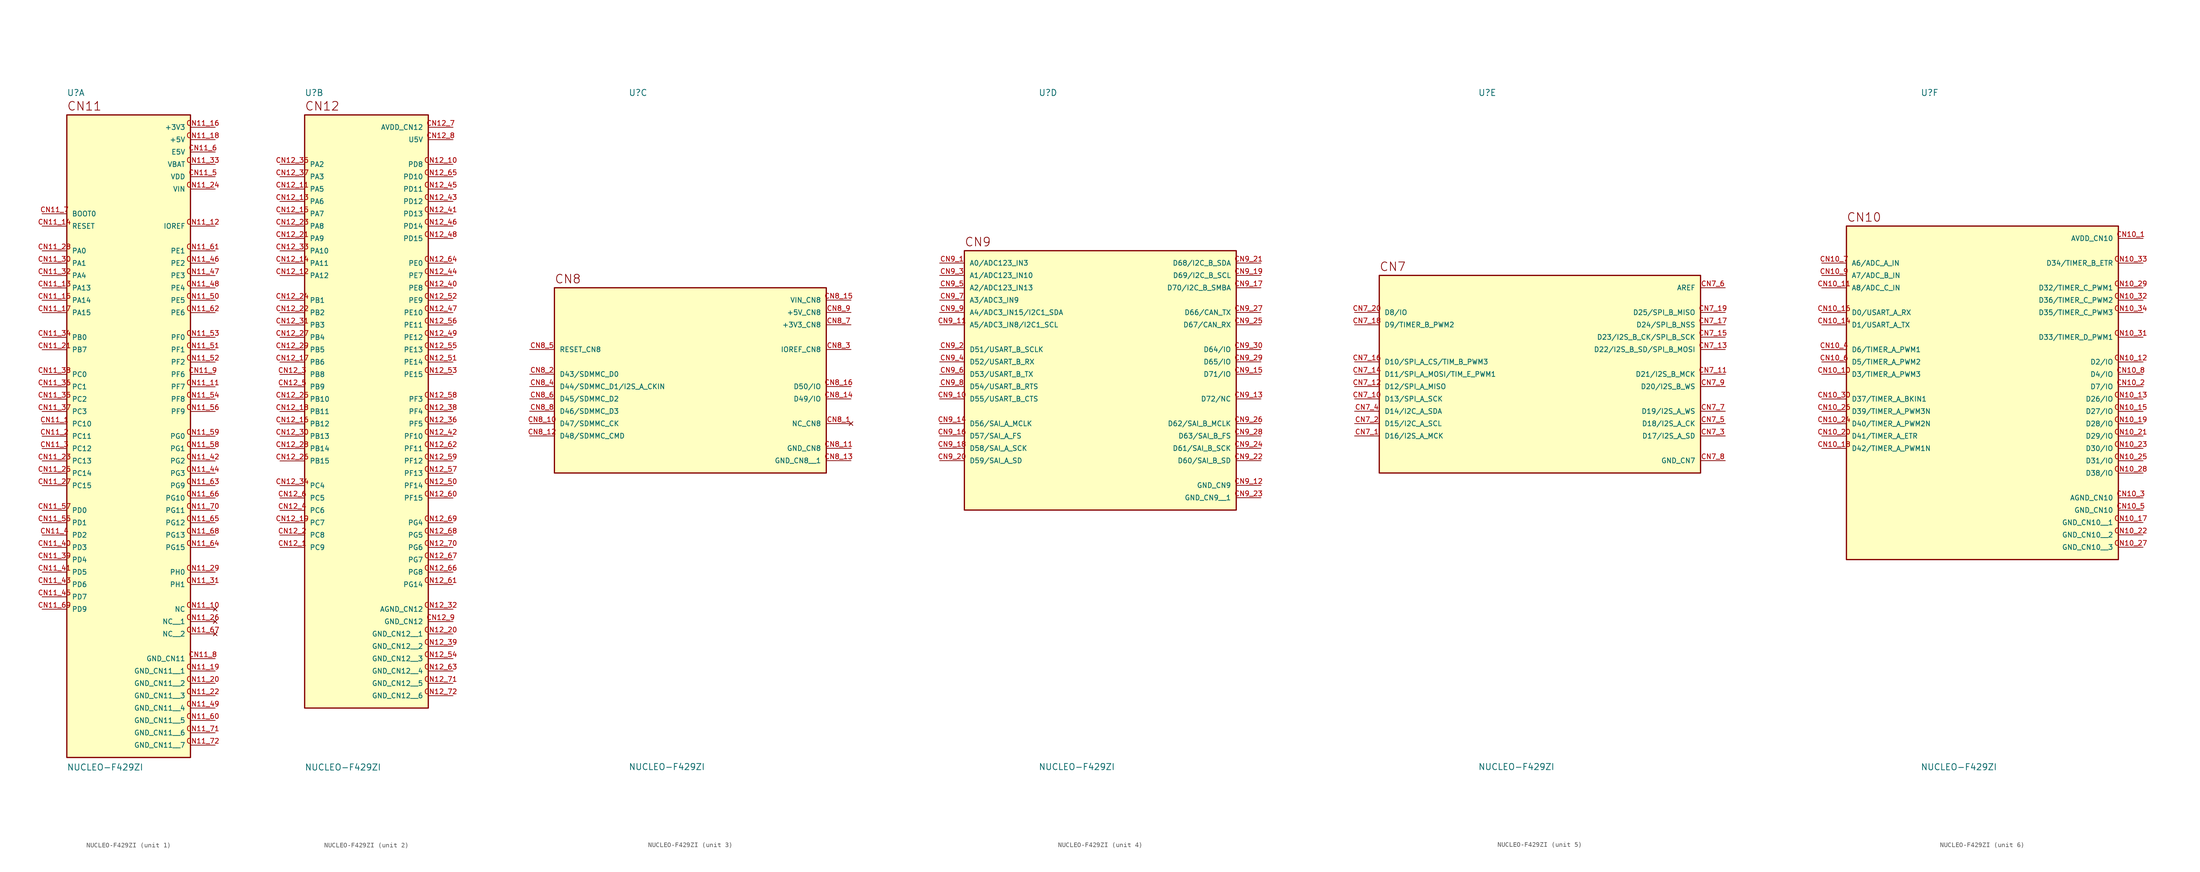
<source format=kicad_sym>
(kicad_symbol_lib
  (version 20211014)
  (generator kicad_symbol_editor)
  (symbol "NUCLEO-F429ZI"
    (pin_names
      (offset 1.016))
    (property "Reference" "U"
      (at -12.7 57.15 0)
      (effects (font (size 1.27 1.27)) (justify bottom left)))
    (property "Value" "NUCLEO-F429ZI"
      (at -12.7 -80.01 0.0)
      (effects (font (size 1.27 1.27)) (justify top left)))
    (symbol "NUCLEO-F429ZI_1_0"
      (text "CN11" (at -12.7 54.102 0) (effects (font (size 1.778 1.778)) (justify bottom left)))
      (rectangle (start -12.7 -78.74) (end 12.7 53.34) (stroke (width 0.254)) (fill (type background)))
      (pin bidirectional line (at -17.78 -10.16 0) (length 5.08) (name "PC10" (effects (font (size 1.016 1.016)))) (number "CN11_1" (effects (font (size 1.016 1.016)))))
      (pin bidirectional line (at -17.78 -12.7 0) (length 5.08) (name "PC11" (effects (font (size 1.016 1.016)))) (number "CN11_2" (effects (font (size 1.016 1.016)))))
      (pin bidirectional line (at -17.78 -15.24 0) (length 5.08) (name "PC12" (effects (font (size 1.016 1.016)))) (number "CN11_3" (effects (font (size 1.016 1.016)))))
      (pin bidirectional line (at -17.78 -33.02 0) (length 5.08) (name "PD2" (effects (font (size 1.016 1.016)))) (number "CN11_4" (effects (font (size 1.016 1.016)))))
      (pin power_in line (at 17.78 40.64 180.0) (length 5.08) (name "VDD" (effects (font (size 1.016 1.016)))) (number "CN11_5" (effects (font (size 1.016 1.016)))))
      (pin power_in line (at 17.78 45.72 180.0) (length 5.08) (name "E5V" (effects (font (size 1.016 1.016)))) (number "CN11_6" (effects (font (size 1.016 1.016)))))
      (pin bidirectional line (at -17.78 33.02 0) (length 5.08) (name "BOOT0" (effects (font (size 1.016 1.016)))) (number "CN11_7" (effects (font (size 1.016 1.016)))))
      (pin power_in line (at 17.78 -58.42 180.0) (length 5.08) (name "GND_CN11" (effects (font (size 1.016 1.016)))) (number "CN11_8" (effects (font (size 1.016 1.016)))))
      (pin bidirectional line (at 17.78 0.0 180.0) (length 5.08) (name "PF6" (effects (font (size 1.016 1.016)))) (number "CN11_9" (effects (font (size 1.016 1.016)))))
      (pin bidirectional line (at 17.78 -2.54 180.0) (length 5.08) (name "PF7" (effects (font (size 1.016 1.016)))) (number "CN11_11" (effects (font (size 1.016 1.016)))))
      (pin bidirectional line (at 17.78 30.48 180.0) (length 5.08) (name "IOREF" (effects (font (size 1.016 1.016)))) (number "CN11_12" (effects (font (size 1.016 1.016)))))
      (pin bidirectional line (at -17.78 17.78 0) (length 5.08) (name "PA13" (effects (font (size 1.016 1.016)))) (number "CN11_13" (effects (font (size 1.016 1.016)))))
      (pin bidirectional line (at -17.78 30.48 0) (length 5.08) (name "RESET" (effects (font (size 1.016 1.016)))) (number "CN11_14" (effects (font (size 1.016 1.016)))))
      (pin bidirectional line (at -17.78 15.24 0) (length 5.08) (name "PA14" (effects (font (size 1.016 1.016)))) (number "CN11_15" (effects (font (size 1.016 1.016)))))
      (pin power_in line (at 17.78 50.8 180.0) (length 5.08) (name "+3V3" (effects (font (size 1.016 1.016)))) (number "CN11_16" (effects (font (size 1.016 1.016)))))
      (pin bidirectional line (at -17.78 12.7 0) (length 5.08) (name "PA15" (effects (font (size 1.016 1.016)))) (number "CN11_17" (effects (font (size 1.016 1.016)))))
      (pin power_in line (at 17.78 48.26 180.0) (length 5.08) (name "+5V" (effects (font (size 1.016 1.016)))) (number "CN11_18" (effects (font (size 1.016 1.016)))))
      (pin bidirectional line (at -17.78 5.08 0) (length 5.08) (name "PB7" (effects (font (size 1.016 1.016)))) (number "CN11_21" (effects (font (size 1.016 1.016)))))
      (pin bidirectional line (at -17.78 -17.78 0) (length 5.08) (name "PC13" (effects (font (size 1.016 1.016)))) (number "CN11_23" (effects (font (size 1.016 1.016)))))
      (pin power_in line (at 17.78 38.1 180.0) (length 5.08) (name "VIN" (effects (font (size 1.016 1.016)))) (number "CN11_24" (effects (font (size 1.016 1.016)))))
      (pin bidirectional line (at -17.78 -20.32 0) (length 5.08) (name "PC14" (effects (font (size 1.016 1.016)))) (number "CN11_25" (effects (font (size 1.016 1.016)))))
      (pin bidirectional line (at -17.78 -22.86 0) (length 5.08) (name "PC15" (effects (font (size 1.016 1.016)))) (number "CN11_27" (effects (font (size 1.016 1.016)))))
      (pin bidirectional line (at -17.78 25.4 0) (length 5.08) (name "PA0" (effects (font (size 1.016 1.016)))) (number "CN11_28" (effects (font (size 1.016 1.016)))))
      (pin bidirectional line (at 17.78 -40.64 180.0) (length 5.08) (name "PH0" (effects (font (size 1.016 1.016)))) (number "CN11_29" (effects (font (size 1.016 1.016)))))
      (pin bidirectional line (at -17.78 22.86 0) (length 5.08) (name "PA1" (effects (font (size 1.016 1.016)))) (number "CN11_30" (effects (font (size 1.016 1.016)))))
      (pin bidirectional line (at 17.78 -43.18 180.0) (length 5.08) (name "PH1" (effects (font (size 1.016 1.016)))) (number "CN11_31" (effects (font (size 1.016 1.016)))))
      (pin bidirectional line (at -17.78 20.32 0) (length 5.08) (name "PA4" (effects (font (size 1.016 1.016)))) (number "CN11_32" (effects (font (size 1.016 1.016)))))
      (pin power_in line (at 17.78 43.18 180.0) (length 5.08) (name "VBAT" (effects (font (size 1.016 1.016)))) (number "CN11_33" (effects (font (size 1.016 1.016)))))
      (pin bidirectional line (at -17.78 7.62 0) (length 5.08) (name "PB0" (effects (font (size 1.016 1.016)))) (number "CN11_34" (effects (font (size 1.016 1.016)))))
      (pin bidirectional line (at -17.78 -5.08 0) (length 5.08) (name "PC2" (effects (font (size 1.016 1.016)))) (number "CN11_35" (effects (font (size 1.016 1.016)))))
      (pin bidirectional line (at -17.78 -2.54 0) (length 5.08) (name "PC1" (effects (font (size 1.016 1.016)))) (number "CN11_36" (effects (font (size 1.016 1.016)))))
      (pin bidirectional line (at -17.78 -7.62 0) (length 5.08) (name "PC3" (effects (font (size 1.016 1.016)))) (number "CN11_37" (effects (font (size 1.016 1.016)))))
      (pin bidirectional line (at -17.78 0.0 0) (length 5.08) (name "PC0" (effects (font (size 1.016 1.016)))) (number "CN11_38" (effects (font (size 1.016 1.016)))))
      (pin bidirectional line (at -17.78 -38.1 0) (length 5.08) (name "PD4" (effects (font (size 1.016 1.016)))) (number "CN11_39" (effects (font (size 1.016 1.016)))))
      (pin bidirectional line (at -17.78 -35.56 0) (length 5.08) (name "PD3" (effects (font (size 1.016 1.016)))) (number "CN11_40" (effects (font (size 1.016 1.016)))))
      (pin bidirectional line (at -17.78 -40.64 0) (length 5.08) (name "PD5" (effects (font (size 1.016 1.016)))) (number "CN11_41" (effects (font (size 1.016 1.016)))))
      (pin bidirectional line (at 17.78 -17.78 180.0) (length 5.08) (name "PG2" (effects (font (size 1.016 1.016)))) (number "CN11_42" (effects (font (size 1.016 1.016)))))
      (pin bidirectional line (at -17.78 -43.18 0) (length 5.08) (name "PD6" (effects (font (size 1.016 1.016)))) (number "CN11_43" (effects (font (size 1.016 1.016)))))
      (pin bidirectional line (at 17.78 -20.32 180.0) (length 5.08) (name "PG3" (effects (font (size 1.016 1.016)))) (number "CN11_44" (effects (font (size 1.016 1.016)))))
      (pin bidirectional line (at -17.78 -45.72 0) (length 5.08) (name "PD7" (effects (font (size 1.016 1.016)))) (number "CN11_45" (effects (font (size 1.016 1.016)))))
      (pin bidirectional line (at 17.78 22.86 180.0) (length 5.08) (name "PE2" (effects (font (size 1.016 1.016)))) (number "CN11_46" (effects (font (size 1.016 1.016)))))
      (pin bidirectional line (at 17.78 20.32 180.0) (length 5.08) (name "PE3" (effects (font (size 1.016 1.016)))) (number "CN11_47" (effects (font (size 1.016 1.016)))))
      (pin bidirectional line (at 17.78 17.78 180.0) (length 5.08) (name "PE4" (effects (font (size 1.016 1.016)))) (number "CN11_48" (effects (font (size 1.016 1.016)))))
      (pin bidirectional line (at 17.78 15.24 180.0) (length 5.08) (name "PE5" (effects (font (size 1.016 1.016)))) (number "CN11_50" (effects (font (size 1.016 1.016)))))
      (pin bidirectional line (at 17.78 5.08 180.0) (length 5.08) (name "PF1" (effects (font (size 1.016 1.016)))) (number "CN11_51" (effects (font (size 1.016 1.016)))))
      (pin bidirectional line (at 17.78 2.54 180.0) (length 5.08) (name "PF2" (effects (font (size 1.016 1.016)))) (number "CN11_52" (effects (font (size 1.016 1.016)))))
      (pin bidirectional line (at 17.78 7.62 180.0) (length 5.08) (name "PF0" (effects (font (size 1.016 1.016)))) (number "CN11_53" (effects (font (size 1.016 1.016)))))
      (pin bidirectional line (at 17.78 -5.08 180.0) (length 5.08) (name "PF8" (effects (font (size 1.016 1.016)))) (number "CN11_54" (effects (font (size 1.016 1.016)))))
      (pin bidirectional line (at -17.78 -30.48 0) (length 5.08) (name "PD1" (effects (font (size 1.016 1.016)))) (number "CN11_55" (effects (font (size 1.016 1.016)))))
      (pin bidirectional line (at 17.78 -7.62 180.0) (length 5.08) (name "PF9" (effects (font (size 1.016 1.016)))) (number "CN11_56" (effects (font (size 1.016 1.016)))))
      (pin bidirectional line (at -17.78 -27.94 0) (length 5.08) (name "PD0" (effects (font (size 1.016 1.016)))) (number "CN11_57" (effects (font (size 1.016 1.016)))))
      (pin bidirectional line (at 17.78 -15.24 180.0) (length 5.08) (name "PG1" (effects (font (size 1.016 1.016)))) (number "CN11_58" (effects (font (size 1.016 1.016)))))
      (pin bidirectional line (at 17.78 -12.7 180.0) (length 5.08) (name "PG0" (effects (font (size 1.016 1.016)))) (number "CN11_59" (effects (font (size 1.016 1.016)))))
      (pin bidirectional line (at 17.78 25.4 180.0) (length 5.08) (name "PE1" (effects (font (size 1.016 1.016)))) (number "CN11_61" (effects (font (size 1.016 1.016)))))
      (pin bidirectional line (at 17.78 12.7 180.0) (length 5.08) (name "PE6" (effects (font (size 1.016 1.016)))) (number "CN11_62" (effects (font (size 1.016 1.016)))))
      (pin bidirectional line (at 17.78 -22.86 180.0) (length 5.08) (name "PG9" (effects (font (size 1.016 1.016)))) (number "CN11_63" (effects (font (size 1.016 1.016)))))
      (pin bidirectional line (at 17.78 -35.56 180.0) (length 5.08) (name "PG15" (effects (font (size 1.016 1.016)))) (number "CN11_64" (effects (font (size 1.016 1.016)))))
      (pin bidirectional line (at 17.78 -30.48 180.0) (length 5.08) (name "PG12" (effects (font (size 1.016 1.016)))) (number "CN11_65" (effects (font (size 1.016 1.016)))))
      (pin bidirectional line (at 17.78 -25.4 180.0) (length 5.08) (name "PG10" (effects (font (size 1.016 1.016)))) (number "CN11_66" (effects (font (size 1.016 1.016)))))
      (pin bidirectional line (at 17.78 -33.02 180.0) (length 5.08) (name "PG13" (effects (font (size 1.016 1.016)))) (number "CN11_68" (effects (font (size 1.016 1.016)))))
      (pin bidirectional line (at -17.78 -48.26 0) (length 5.08) (name "PD9" (effects (font (size 1.016 1.016)))) (number "CN11_69" (effects (font (size 1.016 1.016)))))
      (pin bidirectional line (at 17.78 -27.94 180.0) (length 5.08) (name "PG11" (effects (font (size 1.016 1.016)))) (number "CN11_70" (effects (font (size 1.016 1.016)))))
      (pin no_connect line (at 17.78 -48.26 180.0) (length 5.08) (name "NC" (effects (font (size 1.016 1.016)))) (number "CN11_10" (effects (font (size 1.016 1.016)))))
      (pin no_connect line (at 17.78 -50.8 180.0) (length 5.08) (name "NC__1" (effects (font (size 1.016 1.016)))) (number "CN11_26" (effects (font (size 1.016 1.016)))))
      (pin no_connect line (at 17.78 -53.34 180.0) (length 5.08) (name "NC__2" (effects (font (size 1.016 1.016)))) (number "CN11_67" (effects (font (size 1.016 1.016)))))
      (pin power_in line (at 17.78 -60.96 180.0) (length 5.08) (name "GND_CN11__1" (effects (font (size 1.016 1.016)))) (number "CN11_19" (effects (font (size 1.016 1.016)))))
      (pin power_in line (at 17.78 -63.5 180.0) (length 5.08) (name "GND_CN11__2" (effects (font (size 1.016 1.016)))) (number "CN11_20" (effects (font (size 1.016 1.016)))))
      (pin power_in line (at 17.78 -66.04 180.0) (length 5.08) (name "GND_CN11__3" (effects (font (size 1.016 1.016)))) (number "CN11_22" (effects (font (size 1.016 1.016)))))
      (pin power_in line (at 17.78 -68.58 180.0) (length 5.08) (name "GND_CN11__4" (effects (font (size 1.016 1.016)))) (number "CN11_49" (effects (font (size 1.016 1.016)))))
      (pin power_in line (at 17.78 -71.12 180.0) (length 5.08) (name "GND_CN11__5" (effects (font (size 1.016 1.016)))) (number "CN11_60" (effects (font (size 1.016 1.016)))))
      (pin power_in line (at 17.78 -73.66 180.0) (length 5.08) (name "GND_CN11__6" (effects (font (size 1.016 1.016)))) (number "CN11_71" (effects (font (size 1.016 1.016)))))
      (pin power_in line (at 17.78 -76.2 180.0) (length 5.08) (name "GND_CN11__7" (effects (font (size 1.016 1.016)))) (number "CN11_72" (effects (font (size 1.016 1.016))))))
    (symbol "NUCLEO-F429ZI_2_0"
      (text "CN12" (at -12.7 54.102 0) (effects (font (size 1.778 1.778)) (justify bottom left)))
      (rectangle (start -12.7 -68.58) (end 12.7 53.34) (stroke (width 0.254)) (fill (type background)))
      (pin bidirectional line (at -17.78 -35.56 0) (length 5.08) (name "PC9" (effects (font (size 1.016 1.016)))) (number "CN12_1" (effects (font (size 1.016 1.016)))))
      (pin bidirectional line (at -17.78 -33.02 0) (length 5.08) (name "PC8" (effects (font (size 1.016 1.016)))) (number "CN12_2" (effects (font (size 1.016 1.016)))))
      (pin bidirectional line (at -17.78 0.0 0) (length 5.08) (name "PB8" (effects (font (size 1.016 1.016)))) (number "CN12_3" (effects (font (size 1.016 1.016)))))
      (pin bidirectional line (at -17.78 -27.94 0) (length 5.08) (name "PC6" (effects (font (size 1.016 1.016)))) (number "CN12_4" (effects (font (size 1.016 1.016)))))
      (pin bidirectional line (at -17.78 -2.54 0) (length 5.08) (name "PB9" (effects (font (size 1.016 1.016)))) (number "CN12_5" (effects (font (size 1.016 1.016)))))
      (pin bidirectional line (at -17.78 -25.4 0) (length 5.08) (name "PC5" (effects (font (size 1.016 1.016)))) (number "CN12_6" (effects (font (size 1.016 1.016)))))
      (pin power_in line (at 17.78 50.8 180.0) (length 5.08) (name "AVDD_CN12" (effects (font (size 1.016 1.016)))) (number "CN12_7" (effects (font (size 1.016 1.016)))))
      (pin power_in line (at 17.78 48.26 180.0) (length 5.08) (name "U5V" (effects (font (size 1.016 1.016)))) (number "CN12_8" (effects (font (size 1.016 1.016)))))
      (pin power_in line (at 17.78 -50.8 180.0) (length 5.08) (name "GND_CN12" (effects (font (size 1.016 1.016)))) (number "CN12_9" (effects (font (size 1.016 1.016)))))
      (pin bidirectional line (at 17.78 43.18 180.0) (length 5.08) (name "PD8" (effects (font (size 1.016 1.016)))) (number "CN12_10" (effects (font (size 1.016 1.016)))))
      (pin bidirectional line (at -17.78 38.1 0) (length 5.08) (name "PA5" (effects (font (size 1.016 1.016)))) (number "CN12_11" (effects (font (size 1.016 1.016)))))
      (pin bidirectional line (at -17.78 20.32 0) (length 5.08) (name "PA12" (effects (font (size 1.016 1.016)))) (number "CN12_12" (effects (font (size 1.016 1.016)))))
      (pin bidirectional line (at -17.78 35.56 0) (length 5.08) (name "PA6" (effects (font (size 1.016 1.016)))) (number "CN12_13" (effects (font (size 1.016 1.016)))))
      (pin bidirectional line (at -17.78 22.86 0) (length 5.08) (name "PA11" (effects (font (size 1.016 1.016)))) (number "CN12_14" (effects (font (size 1.016 1.016)))))
      (pin bidirectional line (at -17.78 33.02 0) (length 5.08) (name "PA7" (effects (font (size 1.016 1.016)))) (number "CN12_15" (effects (font (size 1.016 1.016)))))
      (pin bidirectional line (at -17.78 -10.16 0) (length 5.08) (name "PB12" (effects (font (size 1.016 1.016)))) (number "CN12_16" (effects (font (size 1.016 1.016)))))
      (pin bidirectional line (at -17.78 2.54 0) (length 5.08) (name "PB6" (effects (font (size 1.016 1.016)))) (number "CN12_17" (effects (font (size 1.016 1.016)))))
      (pin bidirectional line (at -17.78 -7.62 0) (length 5.08) (name "PB11" (effects (font (size 1.016 1.016)))) (number "CN12_18" (effects (font (size 1.016 1.016)))))
      (pin bidirectional line (at -17.78 -30.48 0) (length 5.08) (name "PC7" (effects (font (size 1.016 1.016)))) (number "CN12_19" (effects (font (size 1.016 1.016)))))
      (pin bidirectional line (at -17.78 27.94 0) (length 5.08) (name "PA9" (effects (font (size 1.016 1.016)))) (number "CN12_21" (effects (font (size 1.016 1.016)))))
      (pin bidirectional line (at -17.78 12.7 0) (length 5.08) (name "PB2" (effects (font (size 1.016 1.016)))) (number "CN12_22" (effects (font (size 1.016 1.016)))))
      (pin bidirectional line (at -17.78 30.48 0) (length 5.08) (name "PA8" (effects (font (size 1.016 1.016)))) (number "CN12_23" (effects (font (size 1.016 1.016)))))
      (pin bidirectional line (at -17.78 15.24 0) (length 5.08) (name "PB1" (effects (font (size 1.016 1.016)))) (number "CN12_24" (effects (font (size 1.016 1.016)))))
      (pin bidirectional line (at -17.78 -5.08 0) (length 5.08) (name "PB10" (effects (font (size 1.016 1.016)))) (number "CN12_25" (effects (font (size 1.016 1.016)))))
      (pin bidirectional line (at -17.78 -17.78 0) (length 5.08) (name "PB15" (effects (font (size 1.016 1.016)))) (number "CN12_26" (effects (font (size 1.016 1.016)))))
      (pin bidirectional line (at -17.78 7.62 0) (length 5.08) (name "PB4" (effects (font (size 1.016 1.016)))) (number "CN12_27" (effects (font (size 1.016 1.016)))))
      (pin bidirectional line (at -17.78 -15.24 0) (length 5.08) (name "PB14" (effects (font (size 1.016 1.016)))) (number "CN12_28" (effects (font (size 1.016 1.016)))))
      (pin bidirectional line (at -17.78 5.08 0) (length 5.08) (name "PB5" (effects (font (size 1.016 1.016)))) (number "CN12_29" (effects (font (size 1.016 1.016)))))
      (pin bidirectional line (at -17.78 -12.7 0) (length 5.08) (name "PB13" (effects (font (size 1.016 1.016)))) (number "CN12_30" (effects (font (size 1.016 1.016)))))
      (pin bidirectional line (at -17.78 10.16 0) (length 5.08) (name "PB3" (effects (font (size 1.016 1.016)))) (number "CN12_31" (effects (font (size 1.016 1.016)))))
      (pin power_in line (at 17.78 -48.26 180.0) (length 5.08) (name "AGND_CN12" (effects (font (size 1.016 1.016)))) (number "CN12_32" (effects (font (size 1.016 1.016)))))
      (pin bidirectional line (at -17.78 25.4 0) (length 5.08) (name "PA10" (effects (font (size 1.016 1.016)))) (number "CN12_33" (effects (font (size 1.016 1.016)))))
      (pin bidirectional line (at -17.78 -22.86 0) (length 5.08) (name "PC4" (effects (font (size 1.016 1.016)))) (number "CN12_34" (effects (font (size 1.016 1.016)))))
      (pin bidirectional line (at -17.78 43.18 0) (length 5.08) (name "PA2" (effects (font (size 1.016 1.016)))) (number "CN12_35" (effects (font (size 1.016 1.016)))))
      (pin bidirectional line (at 17.78 -10.16 180.0) (length 5.08) (name "PF5" (effects (font (size 1.016 1.016)))) (number "CN12_36" (effects (font (size 1.016 1.016)))))
      (pin bidirectional line (at -17.78 40.64 0) (length 5.08) (name "PA3" (effects (font (size 1.016 1.016)))) (number "CN12_37" (effects (font (size 1.016 1.016)))))
      (pin bidirectional line (at 17.78 -7.62 180.0) (length 5.08) (name "PF4" (effects (font (size 1.016 1.016)))) (number "CN12_38" (effects (font (size 1.016 1.016)))))
      (pin bidirectional line (at 17.78 17.78 180.0) (length 5.08) (name "PE8" (effects (font (size 1.016 1.016)))) (number "CN12_40" (effects (font (size 1.016 1.016)))))
      (pin bidirectional line (at 17.78 33.02 180.0) (length 5.08) (name "PD13" (effects (font (size 1.016 1.016)))) (number "CN12_41" (effects (font (size 1.016 1.016)))))
      (pin bidirectional line (at 17.78 -12.7 180.0) (length 5.08) (name "PF10" (effects (font (size 1.016 1.016)))) (number "CN12_42" (effects (font (size 1.016 1.016)))))
      (pin bidirectional line (at 17.78 35.56 180.0) (length 5.08) (name "PD12" (effects (font (size 1.016 1.016)))) (number "CN12_43" (effects (font (size 1.016 1.016)))))
      (pin bidirectional line (at 17.78 20.32 180.0) (length 5.08) (name "PE7" (effects (font (size 1.016 1.016)))) (number "CN12_44" (effects (font (size 1.016 1.016)))))
      (pin bidirectional line (at 17.78 38.1 180.0) (length 5.08) (name "PD11" (effects (font (size 1.016 1.016)))) (number "CN12_45" (effects (font (size 1.016 1.016)))))
      (pin bidirectional line (at 17.78 30.48 180.0) (length 5.08) (name "PD14" (effects (font (size 1.016 1.016)))) (number "CN12_46" (effects (font (size 1.016 1.016)))))
      (pin bidirectional line (at 17.78 12.7 180.0) (length 5.08) (name "PE10" (effects (font (size 1.016 1.016)))) (number "CN12_47" (effects (font (size 1.016 1.016)))))
      (pin bidirectional line (at 17.78 27.94 180.0) (length 5.08) (name "PD15" (effects (font (size 1.016 1.016)))) (number "CN12_48" (effects (font (size 1.016 1.016)))))
      (pin bidirectional line (at 17.78 7.62 180.0) (length 5.08) (name "PE12" (effects (font (size 1.016 1.016)))) (number "CN12_49" (effects (font (size 1.016 1.016)))))
      (pin bidirectional line (at 17.78 -22.86 180.0) (length 5.08) (name "PF14" (effects (font (size 1.016 1.016)))) (number "CN12_50" (effects (font (size 1.016 1.016)))))
      (pin bidirectional line (at 17.78 2.54 180.0) (length 5.08) (name "PE14" (effects (font (size 1.016 1.016)))) (number "CN12_51" (effects (font (size 1.016 1.016)))))
      (pin bidirectional line (at 17.78 15.24 180.0) (length 5.08) (name "PE9" (effects (font (size 1.016 1.016)))) (number "CN12_52" (effects (font (size 1.016 1.016)))))
      (pin bidirectional line (at 17.78 0.0 180.0) (length 5.08) (name "PE15" (effects (font (size 1.016 1.016)))) (number "CN12_53" (effects (font (size 1.016 1.016)))))
      (pin bidirectional line (at 17.78 5.08 180.0) (length 5.08) (name "PE13" (effects (font (size 1.016 1.016)))) (number "CN12_55" (effects (font (size 1.016 1.016)))))
      (pin bidirectional line (at 17.78 10.16 180.0) (length 5.08) (name "PE11" (effects (font (size 1.016 1.016)))) (number "CN12_56" (effects (font (size 1.016 1.016)))))
      (pin bidirectional line (at 17.78 -20.32 180.0) (length 5.08) (name "PF13" (effects (font (size 1.016 1.016)))) (number "CN12_57" (effects (font (size 1.016 1.016)))))
      (pin bidirectional line (at 17.78 -5.08 180.0) (length 5.08) (name "PF3" (effects (font (size 1.016 1.016)))) (number "CN12_58" (effects (font (size 1.016 1.016)))))
      (pin bidirectional line (at 17.78 -17.78 180.0) (length 5.08) (name "PF12" (effects (font (size 1.016 1.016)))) (number "CN12_59" (effects (font (size 1.016 1.016)))))
      (pin bidirectional line (at 17.78 -25.4 180.0) (length 5.08) (name "PF15" (effects (font (size 1.016 1.016)))) (number "CN12_60" (effects (font (size 1.016 1.016)))))
      (pin bidirectional line (at 17.78 -43.18 180.0) (length 5.08) (name "PG14" (effects (font (size 1.016 1.016)))) (number "CN12_61" (effects (font (size 1.016 1.016)))))
      (pin bidirectional line (at 17.78 -15.24 180.0) (length 5.08) (name "PF11" (effects (font (size 1.016 1.016)))) (number "CN12_62" (effects (font (size 1.016 1.016)))))
      (pin bidirectional line (at 17.78 22.86 180.0) (length 5.08) (name "PE0" (effects (font (size 1.016 1.016)))) (number "CN12_64" (effects (font (size 1.016 1.016)))))
      (pin bidirectional line (at 17.78 40.64 180.0) (length 5.08) (name "PD10" (effects (font (size 1.016 1.016)))) (number "CN12_65" (effects (font (size 1.016 1.016)))))
      (pin bidirectional line (at 17.78 -40.64 180.0) (length 5.08) (name "PG8" (effects (font (size 1.016 1.016)))) (number "CN12_66" (effects (font (size 1.016 1.016)))))
      (pin bidirectional line (at 17.78 -38.1 180.0) (length 5.08) (name "PG7" (effects (font (size 1.016 1.016)))) (number "CN12_67" (effects (font (size 1.016 1.016)))))
      (pin bidirectional line (at 17.78 -33.02 180.0) (length 5.08) (name "PG5" (effects (font (size 1.016 1.016)))) (number "CN12_68" (effects (font (size 1.016 1.016)))))
      (pin bidirectional line (at 17.78 -30.48 180.0) (length 5.08) (name "PG4" (effects (font (size 1.016 1.016)))) (number "CN12_69" (effects (font (size 1.016 1.016)))))
      (pin bidirectional line (at 17.78 -35.56 180.0) (length 5.08) (name "PG6" (effects (font (size 1.016 1.016)))) (number "CN12_70" (effects (font (size 1.016 1.016)))))
      (pin power_in line (at 17.78 -53.34 180.0) (length 5.08) (name "GND_CN12__1" (effects (font (size 1.016 1.016)))) (number "CN12_20" (effects (font (size 1.016 1.016)))))
      (pin power_in line (at 17.78 -55.88 180.0) (length 5.08) (name "GND_CN12__2" (effects (font (size 1.016 1.016)))) (number "CN12_39" (effects (font (size 1.016 1.016)))))
      (pin power_in line (at 17.78 -58.42 180.0) (length 5.08) (name "GND_CN12__3" (effects (font (size 1.016 1.016)))) (number "CN12_54" (effects (font (size 1.016 1.016)))))
      (pin power_in line (at 17.78 -60.96 180.0) (length 5.08) (name "GND_CN12__4" (effects (font (size 1.016 1.016)))) (number "CN12_63" (effects (font (size 1.016 1.016)))))
      (pin power_in line (at 17.78 -63.5 180.0) (length 5.08) (name "GND_CN12__5" (effects (font (size 1.016 1.016)))) (number "CN12_71" (effects (font (size 1.016 1.016)))))
      (pin power_in line (at 17.78 -66.04 180.0) (length 5.08) (name "GND_CN12__6" (effects (font (size 1.016 1.016)))) (number "CN12_72" (effects (font (size 1.016 1.016))))))
    (symbol "NUCLEO-F429ZI_3_0"
      (text "CN8" (at -27.94 18.542 0) (effects (font (size 1.778 1.778)) (justify bottom left)))
      (rectangle (start -27.94 -20.32) (end 27.94 17.78) (stroke (width 0.254)) (fill (type background)))
      (pin bidirectional line (at -33.02 0.0 0) (length 5.08) (name "D43/SDMMC_D0" (effects (font (size 1.016 1.016)))) (number "CN8_2" (effects (font (size 1.016 1.016)))))
      (pin bidirectional line (at 33.02 5.08 180.0) (length 5.08) (name "IOREF_CN8" (effects (font (size 1.016 1.016)))) (number "CN8_3" (effects (font (size 1.016 1.016)))))
      (pin bidirectional line (at -33.02 -2.54 0) (length 5.08) (name "D44/SDMMC_D1/I2S_A_CKIN" (effects (font (size 1.016 1.016)))) (number "CN8_4" (effects (font (size 1.016 1.016)))))
      (pin bidirectional line (at -33.02 5.08 0) (length 5.08) (name "RESET_CN8" (effects (font (size 1.016 1.016)))) (number "CN8_5" (effects (font (size 1.016 1.016)))))
      (pin bidirectional line (at -33.02 -5.08 0) (length 5.08) (name "D45/SDMMC_D2" (effects (font (size 1.016 1.016)))) (number "CN8_6" (effects (font (size 1.016 1.016)))))
      (pin power_in line (at 33.02 10.16 180.0) (length 5.08) (name "+3V3_CN8" (effects (font (size 1.016 1.016)))) (number "CN8_7" (effects (font (size 1.016 1.016)))))
      (pin bidirectional line (at -33.02 -7.62 0) (length 5.08) (name "D46/SDMMC_D3" (effects (font (size 1.016 1.016)))) (number "CN8_8" (effects (font (size 1.016 1.016)))))
      (pin power_in line (at 33.02 12.7 180.0) (length 5.08) (name "+5V_CN8" (effects (font (size 1.016 1.016)))) (number "CN8_9" (effects (font (size 1.016 1.016)))))
      (pin bidirectional line (at -33.02 -10.16 0) (length 5.08) (name "D47/SDMMC_CK" (effects (font (size 1.016 1.016)))) (number "CN8_10" (effects (font (size 1.016 1.016)))))
      (pin power_in line (at 33.02 -15.24 180.0) (length 5.08) (name "GND_CN8" (effects (font (size 1.016 1.016)))) (number "CN8_11" (effects (font (size 1.016 1.016)))))
      (pin bidirectional line (at -33.02 -12.7 0) (length 5.08) (name "D48/SDMMC_CMD" (effects (font (size 1.016 1.016)))) (number "CN8_12" (effects (font (size 1.016 1.016)))))
      (pin bidirectional line (at 33.02 -5.08 180.0) (length 5.08) (name "D49/IO" (effects (font (size 1.016 1.016)))) (number "CN8_14" (effects (font (size 1.016 1.016)))))
      (pin power_in line (at 33.02 15.24 180.0) (length 5.08) (name "VIN_CN8" (effects (font (size 1.016 1.016)))) (number "CN8_15" (effects (font (size 1.016 1.016)))))
      (pin bidirectional line (at 33.02 -2.54 180.0) (length 5.08) (name "D50/IO" (effects (font (size 1.016 1.016)))) (number "CN8_16" (effects (font (size 1.016 1.016)))))
      (pin no_connect line (at 33.02 -10.16 180.0) (length 5.08) (name "NC_CN8" (effects (font (size 1.016 1.016)))) (number "CN8_1" (effects (font (size 1.016 1.016)))))
      (pin power_in line (at 33.02 -17.78 180.0) (length 5.08) (name "GND_CN8__1" (effects (font (size 1.016 1.016)))) (number "CN8_13" (effects (font (size 1.016 1.016))))))
    (symbol "NUCLEO-F429ZI_4_0"
      (text "CN9" (at -27.94 26.162 0) (effects (font (size 1.778 1.778)) (justify bottom left)))
      (rectangle (start -27.94 -27.94) (end 27.94 25.4) (stroke (width 0.254)) (fill (type background)))
      (pin input line (at -33.02 22.86 0) (length 5.08) (name "A0/ADC123_IN3" (effects (font (size 1.016 1.016)))) (number "CN9_1" (effects (font (size 1.016 1.016)))))
      (pin bidirectional line (at -33.02 5.08 0) (length 5.08) (name "D51/USART_B_SCLK" (effects (font (size 1.016 1.016)))) (number "CN9_2" (effects (font (size 1.016 1.016)))))
      (pin input line (at -33.02 20.32 0) (length 5.08) (name "A1/ADC123_IN10" (effects (font (size 1.016 1.016)))) (number "CN9_3" (effects (font (size 1.016 1.016)))))
      (pin bidirectional line (at -33.02 2.54 0) (length 5.08) (name "D52/USART_B_RX" (effects (font (size 1.016 1.016)))) (number "CN9_4" (effects (font (size 1.016 1.016)))))
      (pin input line (at -33.02 17.78 0) (length 5.08) (name "A2/ADC123_IN13" (effects (font (size 1.016 1.016)))) (number "CN9_5" (effects (font (size 1.016 1.016)))))
      (pin bidirectional line (at -33.02 0.0 0) (length 5.08) (name "D53/USART_B_TX" (effects (font (size 1.016 1.016)))) (number "CN9_6" (effects (font (size 1.016 1.016)))))
      (pin input line (at -33.02 15.24 0) (length 5.08) (name "A3/ADC3_IN9" (effects (font (size 1.016 1.016)))) (number "CN9_7" (effects (font (size 1.016 1.016)))))
      (pin bidirectional line (at -33.02 -2.54 0) (length 5.08) (name "D54/USART_B_RTS" (effects (font (size 1.016 1.016)))) (number "CN9_8" (effects (font (size 1.016 1.016)))))
      (pin input line (at -33.02 12.7 0) (length 5.08) (name "A4/ADC3_IN15/I2C1_SDA" (effects (font (size 1.016 1.016)))) (number "CN9_9" (effects (font (size 1.016 1.016)))))
      (pin bidirectional line (at -33.02 -5.08 0) (length 5.08) (name "D55/USART_B_CTS" (effects (font (size 1.016 1.016)))) (number "CN9_10" (effects (font (size 1.016 1.016)))))
      (pin input line (at -33.02 10.16 0) (length 5.08) (name "A5/ADC3_IN8/I2C1_SCL" (effects (font (size 1.016 1.016)))) (number "CN9_11" (effects (font (size 1.016 1.016)))))
      (pin power_in line (at 33.02 -22.86 180.0) (length 5.08) (name "GND_CN9" (effects (font (size 1.016 1.016)))) (number "CN9_12" (effects (font (size 1.016 1.016)))))
      (pin bidirectional line (at 33.02 -5.08 180.0) (length 5.08) (name "D72/NC" (effects (font (size 1.016 1.016)))) (number "CN9_13" (effects (font (size 1.016 1.016)))))
      (pin bidirectional line (at -33.02 -10.16 0) (length 5.08) (name "D56/SAI_A_MCLK" (effects (font (size 1.016 1.016)))) (number "CN9_14" (effects (font (size 1.016 1.016)))))
      (pin bidirectional line (at 33.02 0.0 180.0) (length 5.08) (name "D71/IO" (effects (font (size 1.016 1.016)))) (number "CN9_15" (effects (font (size 1.016 1.016)))))
      (pin bidirectional line (at -33.02 -12.7 0) (length 5.08) (name "D57/SAI_A_FS" (effects (font (size 1.016 1.016)))) (number "CN9_16" (effects (font (size 1.016 1.016)))))
      (pin bidirectional line (at 33.02 17.78 180.0) (length 5.08) (name "D70/I2C_B_SMBA" (effects (font (size 1.016 1.016)))) (number "CN9_17" (effects (font (size 1.016 1.016)))))
      (pin bidirectional line (at -33.02 -15.24 0) (length 5.08) (name "D58/SAI_A_SCK" (effects (font (size 1.016 1.016)))) (number "CN9_18" (effects (font (size 1.016 1.016)))))
      (pin bidirectional line (at 33.02 20.32 180.0) (length 5.08) (name "D69/I2C_B_SCL" (effects (font (size 1.016 1.016)))) (number "CN9_19" (effects (font (size 1.016 1.016)))))
      (pin bidirectional line (at -33.02 -17.78 0) (length 5.08) (name "D59/SAI_A_SD" (effects (font (size 1.016 1.016)))) (number "CN9_20" (effects (font (size 1.016 1.016)))))
      (pin bidirectional line (at 33.02 22.86 180.0) (length 5.08) (name "D68/I2C_B_SDA" (effects (font (size 1.016 1.016)))) (number "CN9_21" (effects (font (size 1.016 1.016)))))
      (pin bidirectional line (at 33.02 -17.78 180.0) (length 5.08) (name "D60/SAI_B_SD" (effects (font (size 1.016 1.016)))) (number "CN9_22" (effects (font (size 1.016 1.016)))))
      (pin bidirectional line (at 33.02 -15.24 180.0) (length 5.08) (name "D61/SAI_B_SCK" (effects (font (size 1.016 1.016)))) (number "CN9_24" (effects (font (size 1.016 1.016)))))
      (pin input line (at 33.02 10.16 180.0) (length 5.08) (name "D67/CAN_RX" (effects (font (size 1.016 1.016)))) (number "CN9_25" (effects (font (size 1.016 1.016)))))
      (pin bidirectional line (at 33.02 -10.16 180.0) (length 5.08) (name "D62/SAI_B_MCLK" (effects (font (size 1.016 1.016)))) (number "CN9_26" (effects (font (size 1.016 1.016)))))
      (pin output line (at 33.02 12.7 180.0) (length 5.08) (name "D66/CAN_TX" (effects (font (size 1.016 1.016)))) (number "CN9_27" (effects (font (size 1.016 1.016)))))
      (pin bidirectional line (at 33.02 -12.7 180.0) (length 5.08) (name "D63/SAI_B_FS" (effects (font (size 1.016 1.016)))) (number "CN9_28" (effects (font (size 1.016 1.016)))))
      (pin bidirectional line (at 33.02 2.54 180.0) (length 5.08) (name "D65/IO" (effects (font (size 1.016 1.016)))) (number "CN9_29" (effects (font (size 1.016 1.016)))))
      (pin bidirectional line (at 33.02 5.08 180.0) (length 5.08) (name "D64/IO" (effects (font (size 1.016 1.016)))) (number "CN9_30" (effects (font (size 1.016 1.016)))))
      (pin power_in line (at 33.02 -25.4 180.0) (length 5.08) (name "GND_CN9__1" (effects (font (size 1.016 1.016)))) (number "CN9_23" (effects (font (size 1.016 1.016))))))
    (symbol "NUCLEO-F429ZI_5_0"
      (text "CN7" (at -33.02 21.082 0) (effects (font (size 1.778 1.778)) (justify bottom left)))
      (rectangle (start -33.02 -20.32) (end 33.02 20.32) (stroke (width 0.254)) (fill (type background)))
      (pin bidirectional line (at -38.1 -12.7 0) (length 5.08) (name "D16/I2S_A_MCK" (effects (font (size 1.016 1.016)))) (number "CN7_1" (effects (font (size 1.016 1.016)))))
      (pin bidirectional line (at -38.1 -10.16 0) (length 5.08) (name "D15/I2C_A_SCL" (effects (font (size 1.016 1.016)))) (number "CN7_2" (effects (font (size 1.016 1.016)))))
      (pin bidirectional line (at 38.1 -12.7 180.0) (length 5.08) (name "D17/I2S_A_SD" (effects (font (size 1.016 1.016)))) (number "CN7_3" (effects (font (size 1.016 1.016)))))
      (pin bidirectional line (at -38.1 -7.62 0) (length 5.08) (name "D14/I2C_A_SDA" (effects (font (size 1.016 1.016)))) (number "CN7_4" (effects (font (size 1.016 1.016)))))
      (pin bidirectional line (at 38.1 -10.16 180.0) (length 5.08) (name "D18/I2S_A_CK" (effects (font (size 1.016 1.016)))) (number "CN7_5" (effects (font (size 1.016 1.016)))))
      (pin power_in line (at 38.1 17.78 180.0) (length 5.08) (name "AREF" (effects (font (size 1.016 1.016)))) (number "CN7_6" (effects (font (size 1.016 1.016)))))
      (pin bidirectional line (at 38.1 -7.62 180.0) (length 5.08) (name "D19/I2S_A_WS" (effects (font (size 1.016 1.016)))) (number "CN7_7" (effects (font (size 1.016 1.016)))))
      (pin power_in line (at 38.1 -17.78 180.0) (length 5.08) (name "GND_CN7" (effects (font (size 1.016 1.016)))) (number "CN7_8" (effects (font (size 1.016 1.016)))))
      (pin bidirectional line (at 38.1 -2.54 180.0) (length 5.08) (name "D20/I2S_B_WS" (effects (font (size 1.016 1.016)))) (number "CN7_9" (effects (font (size 1.016 1.016)))))
      (pin bidirectional line (at -38.1 -5.08 0) (length 5.08) (name "D13/SPI_A_SCK" (effects (font (size 1.016 1.016)))) (number "CN7_10" (effects (font (size 1.016 1.016)))))
      (pin bidirectional line (at 38.1 0.0 180.0) (length 5.08) (name "D21/I2S_B_MCK" (effects (font (size 1.016 1.016)))) (number "CN7_11" (effects (font (size 1.016 1.016)))))
      (pin bidirectional line (at -38.1 -2.54 0) (length 5.08) (name "D12/SPI_A_MISO" (effects (font (size 1.016 1.016)))) (number "CN7_12" (effects (font (size 1.016 1.016)))))
      (pin bidirectional line (at 38.1 5.08 180.0) (length 5.08) (name "D22/I2S_B_SD/SPI_B_MOSI" (effects (font (size 1.016 1.016)))) (number "CN7_13" (effects (font (size 1.016 1.016)))))
      (pin bidirectional line (at -38.1 0.0 0) (length 5.08) (name "D11/SPI_A_MOSI/TIM_E_PWM1" (effects (font (size 1.016 1.016)))) (number "CN7_14" (effects (font (size 1.016 1.016)))))
      (pin bidirectional line (at 38.1 7.62 180.0) (length 5.08) (name "D23/I2S_B_CK/SPI_B_SCK" (effects (font (size 1.016 1.016)))) (number "CN7_15" (effects (font (size 1.016 1.016)))))
      (pin bidirectional line (at -38.1 2.54 0) (length 5.08) (name "D10/SPI_A_CS/TIM_B_PWM3" (effects (font (size 1.016 1.016)))) (number "CN7_16" (effects (font (size 1.016 1.016)))))
      (pin bidirectional line (at 38.1 10.16 180.0) (length 5.08) (name "D24/SPI_B_NSS" (effects (font (size 1.016 1.016)))) (number "CN7_17" (effects (font (size 1.016 1.016)))))
      (pin bidirectional line (at -38.1 10.16 0) (length 5.08) (name "D9/TIMER_B_PWM2" (effects (font (size 1.016 1.016)))) (number "CN7_18" (effects (font (size 1.016 1.016)))))
      (pin bidirectional line (at 38.1 12.7 180.0) (length 5.08) (name "D25/SPI_B_MISO" (effects (font (size 1.016 1.016)))) (number "CN7_19" (effects (font (size 1.016 1.016)))))
      (pin bidirectional line (at -38.1 12.7 0) (length 5.08) (name "D8/IO" (effects (font (size 1.016 1.016)))) (number "CN7_20" (effects (font (size 1.016 1.016))))))
    (symbol "NUCLEO-F429ZI_6_0"
      (text "CN10" (at -27.94 31.242 0) (effects (font (size 1.778 1.778)) (justify bottom left)))
      (rectangle (start -27.94 -38.1) (end 27.94 30.48) (stroke (width 0.254)) (fill (type background)))
      (pin power_in line (at 33.02 27.94 180.0) (length 5.08) (name "AVDD_CN10" (effects (font (size 1.016 1.016)))) (number "CN10_1" (effects (font (size 1.016 1.016)))))
      (pin bidirectional line (at 33.02 -2.54 180.0) (length 5.08) (name "D7/IO" (effects (font (size 1.016 1.016)))) (number "CN10_2" (effects (font (size 1.016 1.016)))))
      (pin power_in line (at 33.02 -25.4 180.0) (length 5.08) (name "AGND_CN10" (effects (font (size 1.016 1.016)))) (number "CN10_3" (effects (font (size 1.016 1.016)))))
      (pin bidirectional line (at -33.02 5.08 0) (length 5.08) (name "D6/TIMER_A_PWM1" (effects (font (size 1.016 1.016)))) (number "CN10_4" (effects (font (size 1.016 1.016)))))
      (pin power_in line (at 33.02 -27.94 180.0) (length 5.08) (name "GND_CN10" (effects (font (size 1.016 1.016)))) (number "CN10_5" (effects (font (size 1.016 1.016)))))
      (pin bidirectional line (at -33.02 2.54 0) (length 5.08) (name "D5/TIMER_A_PWM2" (effects (font (size 1.016 1.016)))) (number "CN10_6" (effects (font (size 1.016 1.016)))))
      (pin input line (at -33.02 22.86 0) (length 5.08) (name "A6/ADC_A_IN" (effects (font (size 1.016 1.016)))) (number "CN10_7" (effects (font (size 1.016 1.016)))))
      (pin bidirectional line (at 33.02 0.0 180.0) (length 5.08) (name "D4/IO" (effects (font (size 1.016 1.016)))) (number "CN10_8" (effects (font (size 1.016 1.016)))))
      (pin input line (at -33.02 20.32 0) (length 5.08) (name "A7/ADC_B_IN" (effects (font (size 1.016 1.016)))) (number "CN10_9" (effects (font (size 1.016 1.016)))))
      (pin bidirectional line (at -33.02 0.0 0) (length 5.08) (name "D3/TIMER_A_PWM3" (effects (font (size 1.016 1.016)))) (number "CN10_10" (effects (font (size 1.016 1.016)))))
      (pin input line (at -33.02 17.78 0) (length 5.08) (name "A8/ADC_C_IN" (effects (font (size 1.016 1.016)))) (number "CN10_11" (effects (font (size 1.016 1.016)))))
      (pin bidirectional line (at 33.02 2.54 180.0) (length 5.08) (name "D2/IO" (effects (font (size 1.016 1.016)))) (number "CN10_12" (effects (font (size 1.016 1.016)))))
      (pin bidirectional line (at 33.02 -5.08 180.0) (length 5.08) (name "D26/IO" (effects (font (size 1.016 1.016)))) (number "CN10_13" (effects (font (size 1.016 1.016)))))
      (pin output line (at -33.02 10.16 0) (length 5.08) (name "D1/USART_A_TX" (effects (font (size 1.016 1.016)))) (number "CN10_14" (effects (font (size 1.016 1.016)))))
      (pin bidirectional line (at 33.02 -7.62 180.0) (length 5.08) (name "D27/IO" (effects (font (size 1.016 1.016)))) (number "CN10_15" (effects (font (size 1.016 1.016)))))
      (pin input line (at -33.02 12.7 0) (length 5.08) (name "D0/USART_A_RX" (effects (font (size 1.016 1.016)))) (number "CN10_16" (effects (font (size 1.016 1.016)))))
      (pin bidirectional line (at -33.02 -15.24 0) (length 5.08) (name "D42/TIMER_A_PWM1N" (effects (font (size 1.016 1.016)))) (number "CN10_18" (effects (font (size 1.016 1.016)))))
      (pin bidirectional line (at 33.02 -10.16 180.0) (length 5.08) (name "D28/IO" (effects (font (size 1.016 1.016)))) (number "CN10_19" (effects (font (size 1.016 1.016)))))
      (pin bidirectional line (at -33.02 -12.7 0) (length 5.08) (name "D41/TIMER_A_ETR" (effects (font (size 1.016 1.016)))) (number "CN10_20" (effects (font (size 1.016 1.016)))))
      (pin bidirectional line (at 33.02 -12.7 180.0) (length 5.08) (name "D29/IO" (effects (font (size 1.016 1.016)))) (number "CN10_21" (effects (font (size 1.016 1.016)))))
      (pin bidirectional line (at 33.02 -15.24 180.0) (length 5.08) (name "D30/IO" (effects (font (size 1.016 1.016)))) (number "CN10_23" (effects (font (size 1.016 1.016)))))
      (pin bidirectional line (at -33.02 -10.16 0) (length 5.08) (name "D40/TIMER_A_PWM2N" (effects (font (size 1.016 1.016)))) (number "CN10_24" (effects (font (size 1.016 1.016)))))
      (pin bidirectional line (at 33.02 -17.78 180.0) (length 5.08) (name "D31/IO" (effects (font (size 1.016 1.016)))) (number "CN10_25" (effects (font (size 1.016 1.016)))))
      (pin bidirectional line (at -33.02 -7.62 0) (length 5.08) (name "D39/TIMER_A_PWM3N" (effects (font (size 1.016 1.016)))) (number "CN10_26" (effects (font (size 1.016 1.016)))))
      (pin bidirectional line (at 33.02 -20.32 180.0) (length 5.08) (name "D38/IO" (effects (font (size 1.016 1.016)))) (number "CN10_28" (effects (font (size 1.016 1.016)))))
      (pin bidirectional line (at 33.02 17.78 180.0) (length 5.08) (name "D32/TIMER_C_PWM1" (effects (font (size 1.016 1.016)))) (number "CN10_29" (effects (font (size 1.016 1.016)))))
      (pin bidirectional line (at -33.02 -5.08 0) (length 5.08) (name "D37/TIMER_A_BKIN1" (effects (font (size 1.016 1.016)))) (number "CN10_30" (effects (font (size 1.016 1.016)))))
      (pin bidirectional line (at 33.02 7.62 180.0) (length 5.08) (name "D33/TIMER_D_PWM1" (effects (font (size 1.016 1.016)))) (number "CN10_31" (effects (font (size 1.016 1.016)))))
      (pin bidirectional line (at 33.02 15.24 180.0) (length 5.08) (name "D36/TIMER_C_PWM2" (effects (font (size 1.016 1.016)))) (number "CN10_32" (effects (font (size 1.016 1.016)))))
      (pin bidirectional line (at 33.02 22.86 180.0) (length 5.08) (name "D34/TIMER_B_ETR" (effects (font (size 1.016 1.016)))) (number "CN10_33" (effects (font (size 1.016 1.016)))))
      (pin bidirectional line (at 33.02 12.7 180.0) (length 5.08) (name "D35/TIMER_C_PWM3" (effects (font (size 1.016 1.016)))) (number "CN10_34" (effects (font (size 1.016 1.016)))))
      (pin power_in line (at 33.02 -30.48 180.0) (length 5.08) (name "GND_CN10__1" (effects (font (size 1.016 1.016)))) (number "CN10_17" (effects (font (size 1.016 1.016)))))
      (pin power_in line (at 33.02 -33.02 180.0) (length 5.08) (name "GND_CN10__2" (effects (font (size 1.016 1.016)))) (number "CN10_22" (effects (font (size 1.016 1.016)))))
      (pin power_in line (at 33.02 -35.56 180.0) (length 5.08) (name "GND_CN10__3" (effects (font (size 1.016 1.016)))) (number "CN10_27" (effects (font (size 1.016 1.016))))))))
</source>
